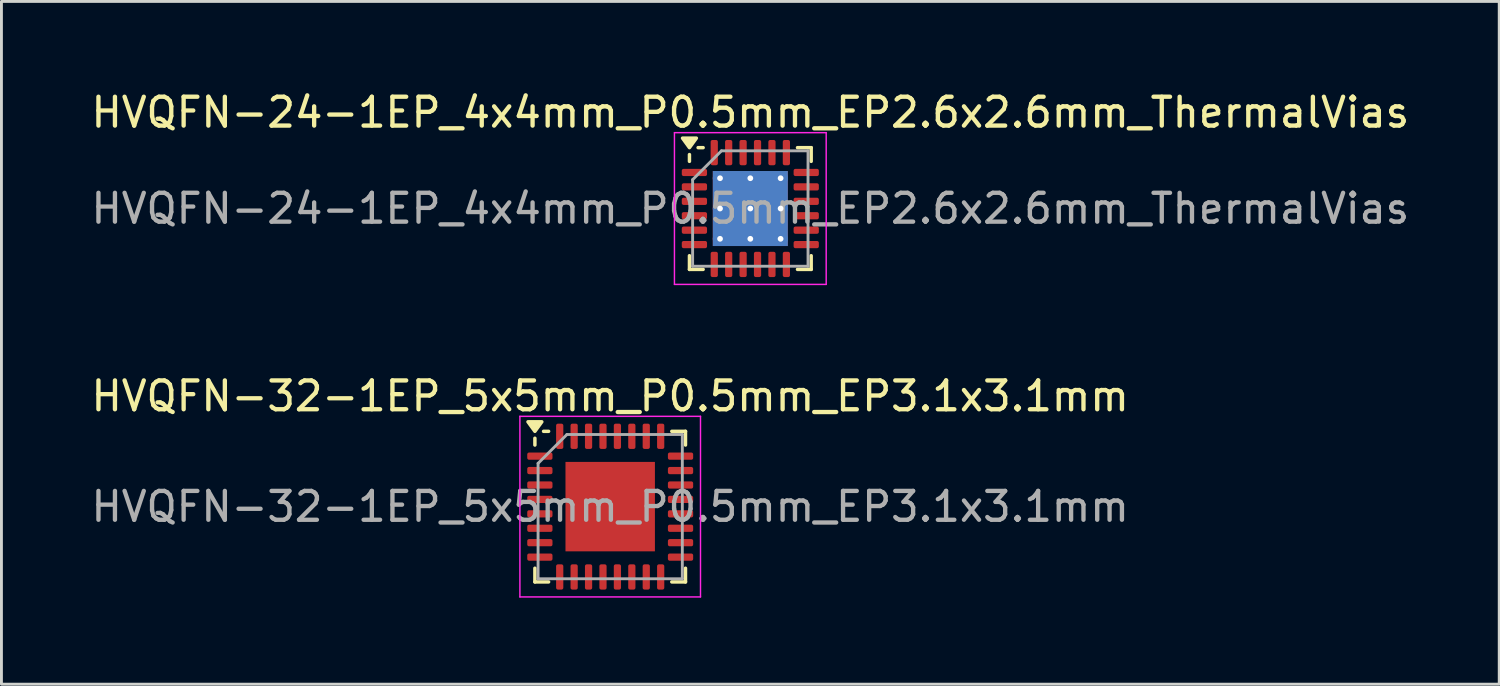
<source format=kicad_pcb>
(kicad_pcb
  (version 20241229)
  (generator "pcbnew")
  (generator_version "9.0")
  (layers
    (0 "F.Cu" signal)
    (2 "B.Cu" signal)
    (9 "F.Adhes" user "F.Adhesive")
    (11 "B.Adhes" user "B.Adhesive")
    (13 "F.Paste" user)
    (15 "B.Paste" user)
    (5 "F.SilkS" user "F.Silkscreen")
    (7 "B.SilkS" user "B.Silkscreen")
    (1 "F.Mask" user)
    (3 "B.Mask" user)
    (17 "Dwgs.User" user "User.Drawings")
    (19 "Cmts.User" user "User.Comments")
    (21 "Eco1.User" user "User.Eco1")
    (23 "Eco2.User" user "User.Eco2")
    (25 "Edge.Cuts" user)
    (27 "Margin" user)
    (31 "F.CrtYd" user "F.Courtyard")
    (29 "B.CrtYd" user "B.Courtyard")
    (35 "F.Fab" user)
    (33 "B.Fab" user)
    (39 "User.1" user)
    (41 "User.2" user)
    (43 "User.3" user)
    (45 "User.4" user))
  (footprint "HVQFN-32-1EP_5x5mm_P0.5mm_EP3.1x3.1mm"
    (layer "F.Cu")
    (at 18.101 14.511)
    (property "Reference" "HVQFN-32-1EP_5x5mm_P0.5mm_EP3.1x3.1mm" (at 0 -3.83 0) (layer "F.SilkS") (effects (font (size 1 1) (thickness 0.15))))
    (attr smd)
    (fp_line (start -2.61 -2.135) (end -2.61 -2.37) (stroke (width 0.12) (type solid)) (layer "F.SilkS"))
    (fp_line (start -2.61 2.61) (end -2.61 2.135) (stroke (width 0.12) (type solid)) (layer "F.SilkS"))
    (fp_line (start -2.135 -2.61) (end -2.31 -2.61) (stroke (width 0.12) (type solid)) (layer "F.SilkS"))
    (fp_line (start -2.135 2.61) (end -2.61 2.61) (stroke (width 0.12) (type solid)) (layer "F.SilkS"))
    (fp_line (start 2.135 -2.61) (end 2.61 -2.61) (stroke (width 0.12) (type solid)) (layer "F.SilkS"))
    (fp_line (start 2.135 2.61) (end 2.61 2.61) (stroke (width 0.12) (type solid)) (layer "F.SilkS"))
    (fp_line (start 2.61 -2.61) (end 2.61 -2.135) (stroke (width 0.12) (type solid)) (layer "F.SilkS"))
    (fp_line (start 2.61 2.61) (end 2.61 2.135) (stroke (width 0.12) (type solid)) (layer "F.SilkS"))
    (fp_poly (pts (xy -2.61 -2.61) (xy -2.85 -2.94) (xy -2.37 -2.94) (xy -2.61 -2.61)) (stroke (width 0.12) (type solid)) (fill yes) (layer "F.SilkS"))
    (fp_line (start -3.13 -3.13) (end -3.13 3.13) (stroke (width 0.05) (type solid)) (layer "F.CrtYd"))
    (fp_line (start -3.13 3.13) (end 3.13 3.13) (stroke (width 0.05) (type solid)) (layer "F.CrtYd"))
    (fp_line (start 3.13 -3.13) (end -3.13 -3.13) (stroke (width 0.05) (type solid)) (layer "F.CrtYd"))
    (fp_line (start 3.13 3.13) (end 3.13 -3.13) (stroke (width 0.05) (type solid)) (layer "F.CrtYd"))
    (fp_line (start -2.5 -1.5) (end -1.5 -2.5) (stroke (width 0.1) (type solid)) (layer "F.Fab"))
    (fp_line (start -2.5 2.5) (end -2.5 -1.5) (stroke (width 0.1) (type solid)) (layer "F.Fab"))
    (fp_line (start -1.5 -2.5) (end 2.5 -2.5) (stroke (width 0.1) (type solid)) (layer "F.Fab"))
    (fp_line (start 2.5 -2.5) (end 2.5 2.5) (stroke (width 0.1) (type solid)) (layer "F.Fab"))
    (fp_line (start 2.5 2.5) (end -2.5 2.5) (stroke (width 0.1) (type solid)) (layer "F.Fab"))
    (fp_text user "${REFERENCE}" (at 0 0 0) (layer "F.Fab") (effects (font (size 1 1) (thickness 0.15))))
    (pad "" smd roundrect (at -1.03 -1.03) (size 0.83 0.83) (layers "F.Paste") (roundrect_rratio 0.25))
    (pad "" smd roundrect (at -1.03 0) (size 0.83 0.83) (layers "F.Paste") (roundrect_rratio 0.25))
    (pad "" smd roundrect (at -1.03 1.03) (size 0.83 0.83) (layers "F.Paste") (roundrect_rratio 0.25))
    (pad "" smd roundrect (at 0 -1.03) (size 0.83 0.83) (layers "F.Paste") (roundrect_rratio 0.25))
    (pad "" smd roundrect (at 0 0) (size 0.83 0.83) (layers "F.Paste") (roundrect_rratio 0.25))
    (pad "" smd roundrect (at 0 1.03) (size 0.83 0.83) (layers "F.Paste") (roundrect_rratio 0.25))
    (pad "" smd roundrect (at 1.03 -1.03) (size 0.83 0.83) (layers "F.Paste") (roundrect_rratio 0.25))
    (pad "" smd roundrect (at 1.03 0) (size 0.83 0.83) (layers "F.Paste") (roundrect_rratio 0.25))
    (pad "" smd roundrect (at 1.03 1.03) (size 0.83 0.83) (layers "F.Paste") (roundrect_rratio 0.25))
    (pad "1" smd roundrect (at -2.438 -1.75) (size 0.875 0.25) (layers "F.Cu" "F.Mask" "F.Paste") (roundrect_rratio 0.25))
    (pad "2" smd roundrect (at -2.438 -1.25) (size 0.875 0.25) (layers "F.Cu" "F.Mask" "F.Paste") (roundrect_rratio 0.25))
    (pad "3" smd roundrect (at -2.438 -0.75) (size 0.875 0.25) (layers "F.Cu" "F.Mask" "F.Paste") (roundrect_rratio 0.25))
    (pad "4" smd roundrect (at -2.438 -0.25) (size 0.875 0.25) (layers "F.Cu" "F.Mask" "F.Paste") (roundrect_rratio 0.25))
    (pad "5" smd roundrect (at -2.438 0.25) (size 0.875 0.25) (layers "F.Cu" "F.Mask" "F.Paste") (roundrect_rratio 0.25))
    (pad "6" smd roundrect (at -2.438 0.75) (size 0.875 0.25) (layers "F.Cu" "F.Mask" "F.Paste") (roundrect_rratio 0.25))
    (pad "7" smd roundrect (at -2.438 1.25) (size 0.875 0.25) (layers "F.Cu" "F.Mask" "F.Paste") (roundrect_rratio 0.25))
    (pad "8" smd roundrect (at -2.438 1.75) (size 0.875 0.25) (layers "F.Cu" "F.Mask" "F.Paste") (roundrect_rratio 0.25))
    (pad "9" smd roundrect (at -1.75 2.438) (size 0.25 0.875) (layers "F.Cu" "F.Mask" "F.Paste") (roundrect_rratio 0.25))
    (pad "10" smd roundrect (at -1.25 2.438) (size 0.25 0.875) (layers "F.Cu" "F.Mask" "F.Paste") (roundrect_rratio 0.25))
    (pad "11" smd roundrect (at -0.75 2.438) (size 0.25 0.875) (layers "F.Cu" "F.Mask" "F.Paste") (roundrect_rratio 0.25))
    (pad "12" smd roundrect (at -0.25 2.438) (size 0.25 0.875) (layers "F.Cu" "F.Mask" "F.Paste") (roundrect_rratio 0.25))
    (pad "13" smd roundrect (at 0.25 2.438) (size 0.25 0.875) (layers "F.Cu" "F.Mask" "F.Paste") (roundrect_rratio 0.25))
    (pad "14" smd roundrect (at 0.75 2.438) (size 0.25 0.875) (layers "F.Cu" "F.Mask" "F.Paste") (roundrect_rratio 0.25))
    (pad "15" smd roundrect (at 1.25 2.438) (size 0.25 0.875) (layers "F.Cu" "F.Mask" "F.Paste") (roundrect_rratio 0.25))
    (pad "16" smd roundrect (at 1.75 2.438) (size 0.25 0.875) (layers "F.Cu" "F.Mask" "F.Paste") (roundrect_rratio 0.25))
    (pad "17" smd roundrect (at 2.438 1.75) (size 0.875 0.25) (layers "F.Cu" "F.Mask" "F.Paste") (roundrect_rratio 0.25))
    (pad "18" smd roundrect (at 2.438 1.25) (size 0.875 0.25) (layers "F.Cu" "F.Mask" "F.Paste") (roundrect_rratio 0.25))
    (pad "19" smd roundrect (at 2.438 0.75) (size 0.875 0.25) (layers "F.Cu" "F.Mask" "F.Paste") (roundrect_rratio 0.25))
    (pad "20" smd roundrect (at 2.438 0.25) (size 0.875 0.25) (layers "F.Cu" "F.Mask" "F.Paste") (roundrect_rratio 0.25))
    (pad "21" smd roundrect (at 2.438 -0.25) (size 0.875 0.25) (layers "F.Cu" "F.Mask" "F.Paste") (roundrect_rratio 0.25))
    (pad "22" smd roundrect (at 2.438 -0.75) (size 0.875 0.25) (layers "F.Cu" "F.Mask" "F.Paste") (roundrect_rratio 0.25))
    (pad "23" smd roundrect (at 2.438 -1.25) (size 0.875 0.25) (layers "F.Cu" "F.Mask" "F.Paste") (roundrect_rratio 0.25))
    (pad "24" smd roundrect (at 2.438 -1.75) (size 0.875 0.25) (layers "F.Cu" "F.Mask" "F.Paste") (roundrect_rratio 0.25))
    (pad "25" smd roundrect (at 1.75 -2.438) (size 0.25 0.875) (layers "F.Cu" "F.Mask" "F.Paste") (roundrect_rratio 0.25))
    (pad "26" smd roundrect (at 1.25 -2.438) (size 0.25 0.875) (layers "F.Cu" "F.Mask" "F.Paste") (roundrect_rratio 0.25))
    (pad "27" smd roundrect (at 0.75 -2.438) (size 0.25 0.875) (layers "F.Cu" "F.Mask" "F.Paste") (roundrect_rratio 0.25))
    (pad "28" smd roundrect (at 0.25 -2.438) (size 0.25 0.875) (layers "F.Cu" "F.Mask" "F.Paste") (roundrect_rratio 0.25))
    (pad "29" smd roundrect (at -0.25 -2.438) (size 0.25 0.875) (layers "F.Cu" "F.Mask" "F.Paste") (roundrect_rratio 0.25))
    (pad "30" smd roundrect (at -0.75 -2.438) (size 0.25 0.875) (layers "F.Cu" "F.Mask" "F.Paste") (roundrect_rratio 0.25))
    (pad "31" smd roundrect (at -1.25 -2.438) (size 0.25 0.875) (layers "F.Cu" "F.Mask" "F.Paste") (roundrect_rratio 0.25))
    (pad "32" smd roundrect (at -1.75 -2.438) (size 0.25 0.875) (layers "F.Cu" "F.Mask" "F.Paste") (roundrect_rratio 0.25))
    (pad "33" smd rect (at 0 0) (size 3.1 3.1) (property pad_prop_heatsink) (layers "F.Cu" "F.Mask")))
  (footprint "HVQFN-24-1EP_4x4mm_P0.5mm_EP2.6x2.6mm_ThermalVias"
    (layer "F.Cu")
    (at 22.958 4.178)
    (property "Reference" "HVQFN-24-1EP_4x4mm_P0.5mm_EP2.6x2.6mm_ThermalVias" (at 0 -3.33 0) (layer "F.SilkS") (effects (font (size 1 1) (thickness 0.15))))
    (attr smd)
    (fp_line (start -2.11 -1.635) (end -2.11 -1.87) (stroke (width 0.12) (type solid)) (layer "F.SilkS"))
    (fp_line (start -2.11 2.11) (end -2.11 1.635) (stroke (width 0.12) (type solid)) (layer "F.SilkS"))
    (fp_line (start -1.635 -2.11) (end -1.81 -2.11) (stroke (width 0.12) (type solid)) (layer "F.SilkS"))
    (fp_line (start -1.635 2.11) (end -2.11 2.11) (stroke (width 0.12) (type solid)) (layer "F.SilkS"))
    (fp_line (start 1.635 -2.11) (end 2.11 -2.11) (stroke (width 0.12) (type solid)) (layer "F.SilkS"))
    (fp_line (start 1.635 2.11) (end 2.11 2.11) (stroke (width 0.12) (type solid)) (layer "F.SilkS"))
    (fp_line (start 2.11 -2.11) (end 2.11 -1.635) (stroke (width 0.12) (type solid)) (layer "F.SilkS"))
    (fp_line (start 2.11 2.11) (end 2.11 1.635) (stroke (width 0.12) (type solid)) (layer "F.SilkS"))
    (fp_poly (pts (xy -2.11 -2.11) (xy -2.35 -2.44) (xy -1.87 -2.44) (xy -2.11 -2.11)) (stroke (width 0.12) (type solid)) (fill yes) (layer "F.SilkS"))
    (fp_line (start -2.63 -2.63) (end -2.63 2.63) (stroke (width 0.05) (type solid)) (layer "F.CrtYd"))
    (fp_line (start -2.63 2.63) (end 2.63 2.63) (stroke (width 0.05) (type solid)) (layer "F.CrtYd"))
    (fp_line (start 2.63 -2.63) (end -2.63 -2.63) (stroke (width 0.05) (type solid)) (layer "F.CrtYd"))
    (fp_line (start 2.63 2.63) (end 2.63 -2.63) (stroke (width 0.05) (type solid)) (layer "F.CrtYd"))
    (fp_line (start -2 -1) (end -1 -2) (stroke (width 0.1) (type solid)) (layer "F.Fab"))
    (fp_line (start -2 2) (end -2 -1) (stroke (width 0.1) (type solid)) (layer "F.Fab"))
    (fp_line (start -1 -2) (end 2 -2) (stroke (width 0.1) (type solid)) (layer "F.Fab"))
    (fp_line (start 2 -2) (end 2 2) (stroke (width 0.1) (type solid)) (layer "F.Fab"))
    (fp_line (start 2 2) (end -2 2) (stroke (width 0.1) (type solid)) (layer "F.Fab"))
    (fp_text user "${REFERENCE}" (at 0 0 0) (layer "F.Fab") (effects (font (size 1 1) (thickness 0.15))))
    (pad "" smd custom (at -0.6 -0.6) (size 0.825 0.825) (layers "F.Paste") (options (anchor circle)) (primitives (gr_poly (pts (xy -0.343 -0.227) (xy -0.227 -0.343) (xy 0.227 -0.343) (xy 0.343 -0.227) (xy 0.343 0.227) (xy 0.227 0.343) (xy -0.227 0.343) (xy -0.343 0.227)) (width 0.279) (fill yes))))
    (pad "" smd custom (at -0.6 0.59) (size 0.825 0.825) (layers "F.Paste") (options (anchor circle)) (primitives (gr_poly (pts (xy -0.343 -0.227) (xy -0.227 -0.343) (xy 0.227 -0.343) (xy 0.343 -0.227) (xy 0.343 0.227) (xy 0.227 0.343) (xy -0.227 0.343) (xy -0.343 0.227)) (width 0.279) (fill yes))))
    (pad "" smd custom (at 0.59 -0.6) (size 0.825 0.825) (layers "F.Paste") (options (anchor circle)) (primitives (gr_poly (pts (xy -0.343 -0.227) (xy -0.227 -0.343) (xy 0.227 -0.343) (xy 0.343 -0.227) (xy 0.343 0.227) (xy 0.227 0.343) (xy -0.227 0.343) (xy -0.343 0.227)) (width 0.279) (fill yes))))
    (pad "" smd custom (at 0.59 0.59) (size 0.825 0.825) (layers "F.Paste") (options (anchor circle)) (primitives (gr_poly (pts (xy -0.343 -0.227) (xy -0.227 -0.343) (xy 0.227 -0.343) (xy 0.343 -0.227) (xy 0.343 0.227) (xy 0.227 0.343) (xy -0.227 0.343) (xy -0.343 0.227)) (width 0.279) (fill yes))))
    (pad "1" smd roundrect (at -1.938 -1.25) (size 0.875 0.25) (layers "F.Cu" "F.Mask" "F.Paste") (roundrect_rratio 0.25))
    (pad "2" smd roundrect (at -1.938 -0.75) (size 0.875 0.25) (layers "F.Cu" "F.Mask" "F.Paste") (roundrect_rratio 0.25))
    (pad "3" smd roundrect (at -1.938 -0.25) (size 0.875 0.25) (layers "F.Cu" "F.Mask" "F.Paste") (roundrect_rratio 0.25))
    (pad "4" smd roundrect (at -1.938 0.25) (size 0.875 0.25) (layers "F.Cu" "F.Mask" "F.Paste") (roundrect_rratio 0.25))
    (pad "5" smd roundrect (at -1.938 0.75) (size 0.875 0.25) (layers "F.Cu" "F.Mask" "F.Paste") (roundrect_rratio 0.25))
    (pad "6" smd roundrect (at -1.938 1.25) (size 0.875 0.25) (layers "F.Cu" "F.Mask" "F.Paste") (roundrect_rratio 0.25))
    (pad "7" smd roundrect (at -1.25 1.938) (size 0.25 0.875) (layers "F.Cu" "F.Mask" "F.Paste") (roundrect_rratio 0.25))
    (pad "8" smd roundrect (at -0.75 1.938) (size 0.25 0.875) (layers "F.Cu" "F.Mask" "F.Paste") (roundrect_rratio 0.25))
    (pad "9" smd roundrect (at -0.25 1.938) (size 0.25 0.875) (layers "F.Cu" "F.Mask" "F.Paste") (roundrect_rratio 0.25))
    (pad "10" smd roundrect (at 0.25 1.938) (size 0.25 0.875) (layers "F.Cu" "F.Mask" "F.Paste") (roundrect_rratio 0.25))
    (pad "11" smd roundrect (at 0.75 1.938) (size 0.25 0.875) (layers "F.Cu" "F.Mask" "F.Paste") (roundrect_rratio 0.25))
    (pad "12" smd roundrect (at 1.25 1.938) (size 0.25 0.875) (layers "F.Cu" "F.Mask" "F.Paste") (roundrect_rratio 0.25))
    (pad "13" smd roundrect (at 1.938 1.25) (size 0.875 0.25) (layers "F.Cu" "F.Mask" "F.Paste") (roundrect_rratio 0.25))
    (pad "14" smd roundrect (at 1.938 0.75) (size 0.875 0.25) (layers "F.Cu" "F.Mask" "F.Paste") (roundrect_rratio 0.25))
    (pad "15" smd roundrect (at 1.938 0.25) (size 0.875 0.25) (layers "F.Cu" "F.Mask" "F.Paste") (roundrect_rratio 0.25))
    (pad "16" smd roundrect (at 1.938 -0.25) (size 0.875 0.25) (layers "F.Cu" "F.Mask" "F.Paste") (roundrect_rratio 0.25))
    (pad "17" smd roundrect (at 1.938 -0.75) (size 0.875 0.25) (layers "F.Cu" "F.Mask" "F.Paste") (roundrect_rratio 0.25))
    (pad "18" smd roundrect (at 1.938 -1.25) (size 0.875 0.25) (layers "F.Cu" "F.Mask" "F.Paste") (roundrect_rratio 0.25))
    (pad "19" smd roundrect (at 1.25 -1.938) (size 0.25 0.875) (layers "F.Cu" "F.Mask" "F.Paste") (roundrect_rratio 0.25))
    (pad "20" smd roundrect (at 0.75 -1.938) (size 0.25 0.875) (layers "F.Cu" "F.Mask" "F.Paste") (roundrect_rratio 0.25))
    (pad "21" smd roundrect (at 0.25 -1.938) (size 0.25 0.875) (layers "F.Cu" "F.Mask" "F.Paste") (roundrect_rratio 0.25))
    (pad "22" smd roundrect (at -0.25 -1.938) (size 0.25 0.875) (layers "F.Cu" "F.Mask" "F.Paste") (roundrect_rratio 0.25))
    (pad "23" smd roundrect (at -0.75 -1.938) (size 0.25 0.875) (layers "F.Cu" "F.Mask" "F.Paste") (roundrect_rratio 0.25))
    (pad "24" smd roundrect (at -1.25 -1.938) (size 0.25 0.875) (layers "F.Cu" "F.Mask" "F.Paste") (roundrect_rratio 0.25))
    (pad "25" thru_hole circle (at -1.05 -1.05) (size 0.5 0.5) (drill 0.2) (property pad_prop_heatsink) (layers "*.Cu"))
    (pad "25" thru_hole circle (at -1.05 0) (size 0.5 0.5) (drill 0.2) (property pad_prop_heatsink) (layers "*.Cu"))
    (pad "25" thru_hole circle (at -1.05 1.05) (size 0.5 0.5) (drill 0.2) (property pad_prop_heatsink) (layers "*.Cu"))
    (pad "25" thru_hole circle (at 0 -1.05) (size 0.5 0.5) (drill 0.2) (property pad_prop_heatsink) (layers "*.Cu"))
    (pad "25" thru_hole circle (at 0 0) (size 0.5 0.5) (drill 0.2) (property pad_prop_heatsink) (layers "*.Cu"))
    (pad "25" smd rect (at 0 0) (size 2.6 2.6) (property pad_prop_heatsink) (layers "F.Cu" "F.Mask"))
    (pad "25" smd rect (at 0 0) (size 2.6 2.6) (property pad_prop_heatsink) (layers "B.Cu"))
    (pad "25" thru_hole circle (at 0 1.05) (size 0.5 0.5) (drill 0.2) (property pad_prop_heatsink) (layers "*.Cu"))
    (pad "25" thru_hole circle (at 1.05 -1.05) (size 0.5 0.5) (drill 0.2) (property pad_prop_heatsink) (layers "*.Cu"))
    (pad "25" thru_hole circle (at 1.05 0) (size 0.5 0.5) (drill 0.2) (property pad_prop_heatsink) (layers "*.Cu"))
    (pad "25" thru_hole circle (at 1.05 1.05) (size 0.5 0.5) (drill 0.2) (property pad_prop_heatsink) (layers "*.Cu")))
  (gr_rect
    (start -3 -3)
    (end 48.917 20.666)
    (stroke (width 0.1) (type default))
    (fill no)
    (layer "Edge.Cuts")))
</source>
